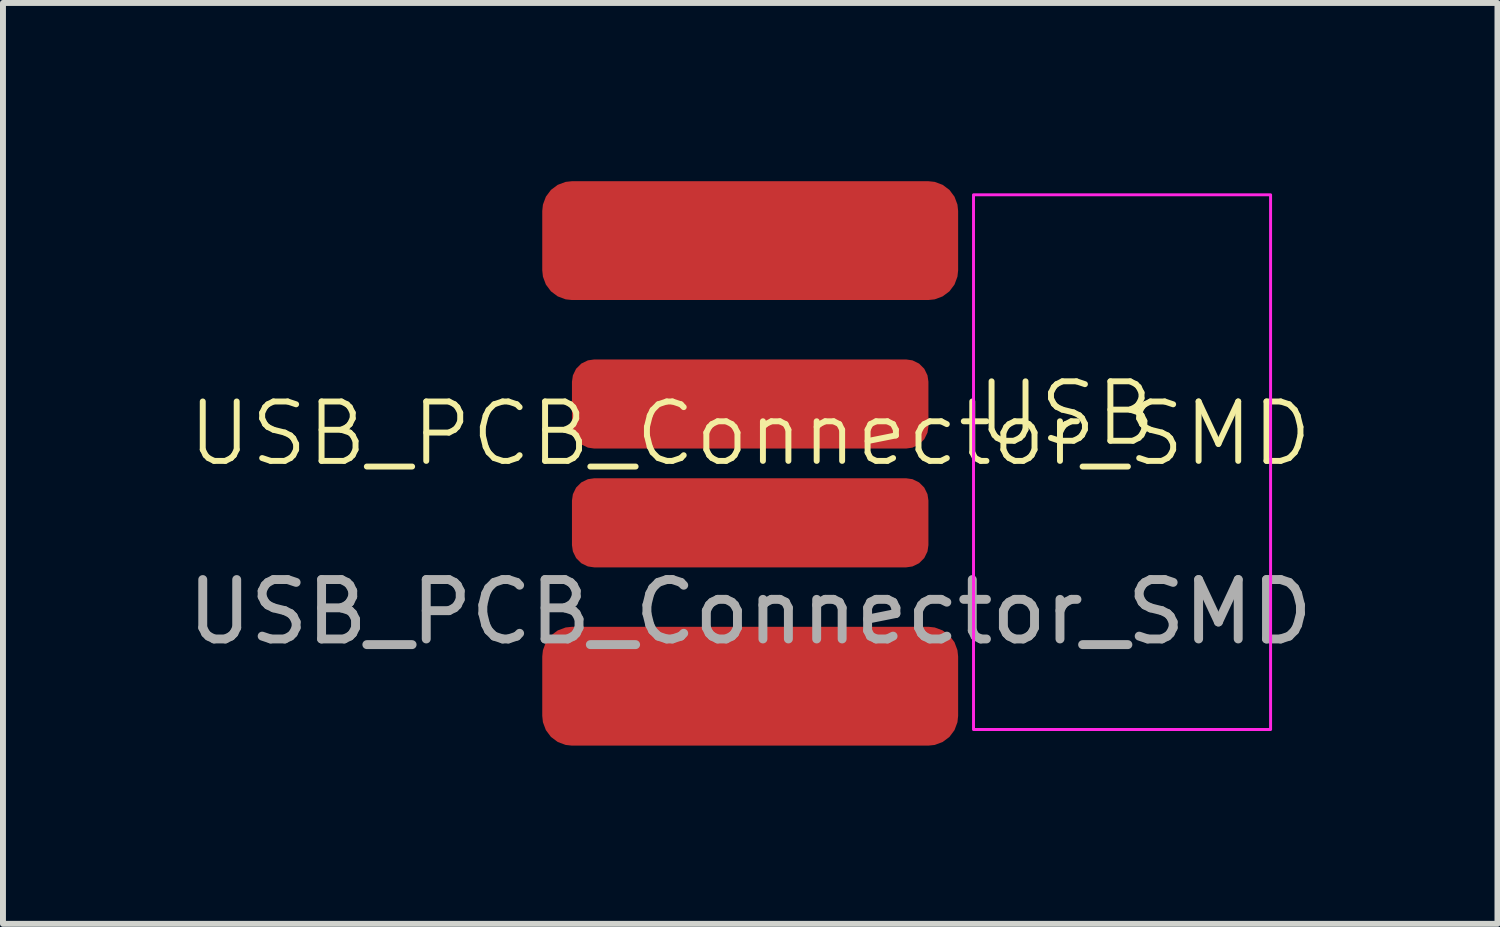
<source format=kicad_pcb>
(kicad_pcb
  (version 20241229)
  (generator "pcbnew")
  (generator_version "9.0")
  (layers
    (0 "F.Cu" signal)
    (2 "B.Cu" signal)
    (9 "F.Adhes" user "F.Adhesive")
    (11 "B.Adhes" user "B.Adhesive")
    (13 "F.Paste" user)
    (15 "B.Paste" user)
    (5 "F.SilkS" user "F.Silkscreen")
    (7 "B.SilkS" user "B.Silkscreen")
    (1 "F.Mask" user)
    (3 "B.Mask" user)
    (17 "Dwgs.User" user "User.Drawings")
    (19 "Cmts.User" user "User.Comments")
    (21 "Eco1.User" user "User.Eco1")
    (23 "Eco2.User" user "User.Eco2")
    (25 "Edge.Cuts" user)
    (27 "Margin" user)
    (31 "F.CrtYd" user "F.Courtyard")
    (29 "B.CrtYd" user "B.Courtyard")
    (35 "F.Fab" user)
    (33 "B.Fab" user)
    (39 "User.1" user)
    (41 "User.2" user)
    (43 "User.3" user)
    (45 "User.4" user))
  (footprint "USB_PCB_Connector_SMD"
    (layer "F.Cu")
    (at 9.577 4.75)
    (property "Reference" "USB_PCB_Connector_SMD" (at 0 -0.5 0) (unlocked yes) (layer "F.SilkS") (effects (font (size 1 1) (thickness 0.1))))
    (attr smd)
    (fp_rect (start 3.759 -4.521) (end 8.759 4.479) (stroke (width 0.05) (type default)) (fill no) (layer "F.CrtYd"))
    (fp_text user "USB" (at 3.759 -0.254 0) (unlocked yes) (layer "F.SilkS") (effects (font (size 1 1) (thickness 0.1)) (justify left bottom)))
    (fp_text user "${REFERENCE}" (at 0 2.5 0) (unlocked yes) (layer "F.Fab") (effects (font (size 1 1) (thickness 0.15))))
    (pad "1" smd roundrect (at 0 3.75) (size 7 2) (layers "F.Cu" "F.Mask" "F.Paste") (roundrect_rratio 0.25))
    (pad "2" smd roundrect (at 0 1) (size 6 1.5) (layers "F.Cu" "F.Mask" "F.Paste") (roundrect_rratio 0.25))
    (pad "3" smd roundrect (at 0 -1) (size 6 1.5) (layers "F.Cu" "F.Mask" "F.Paste") (roundrect_rratio 0.25))
    (pad "4" smd roundrect (at 0 -3.75) (size 7 2) (layers "F.Cu" "F.Mask" "F.Paste") (roundrect_rratio 0.25)))
  (gr_rect
    (start -3 -3)
    (end 22.155 12.5)
    (stroke (width 0.1) (type default))
    (fill no)
    (layer "Edge.Cuts")))
</source>
